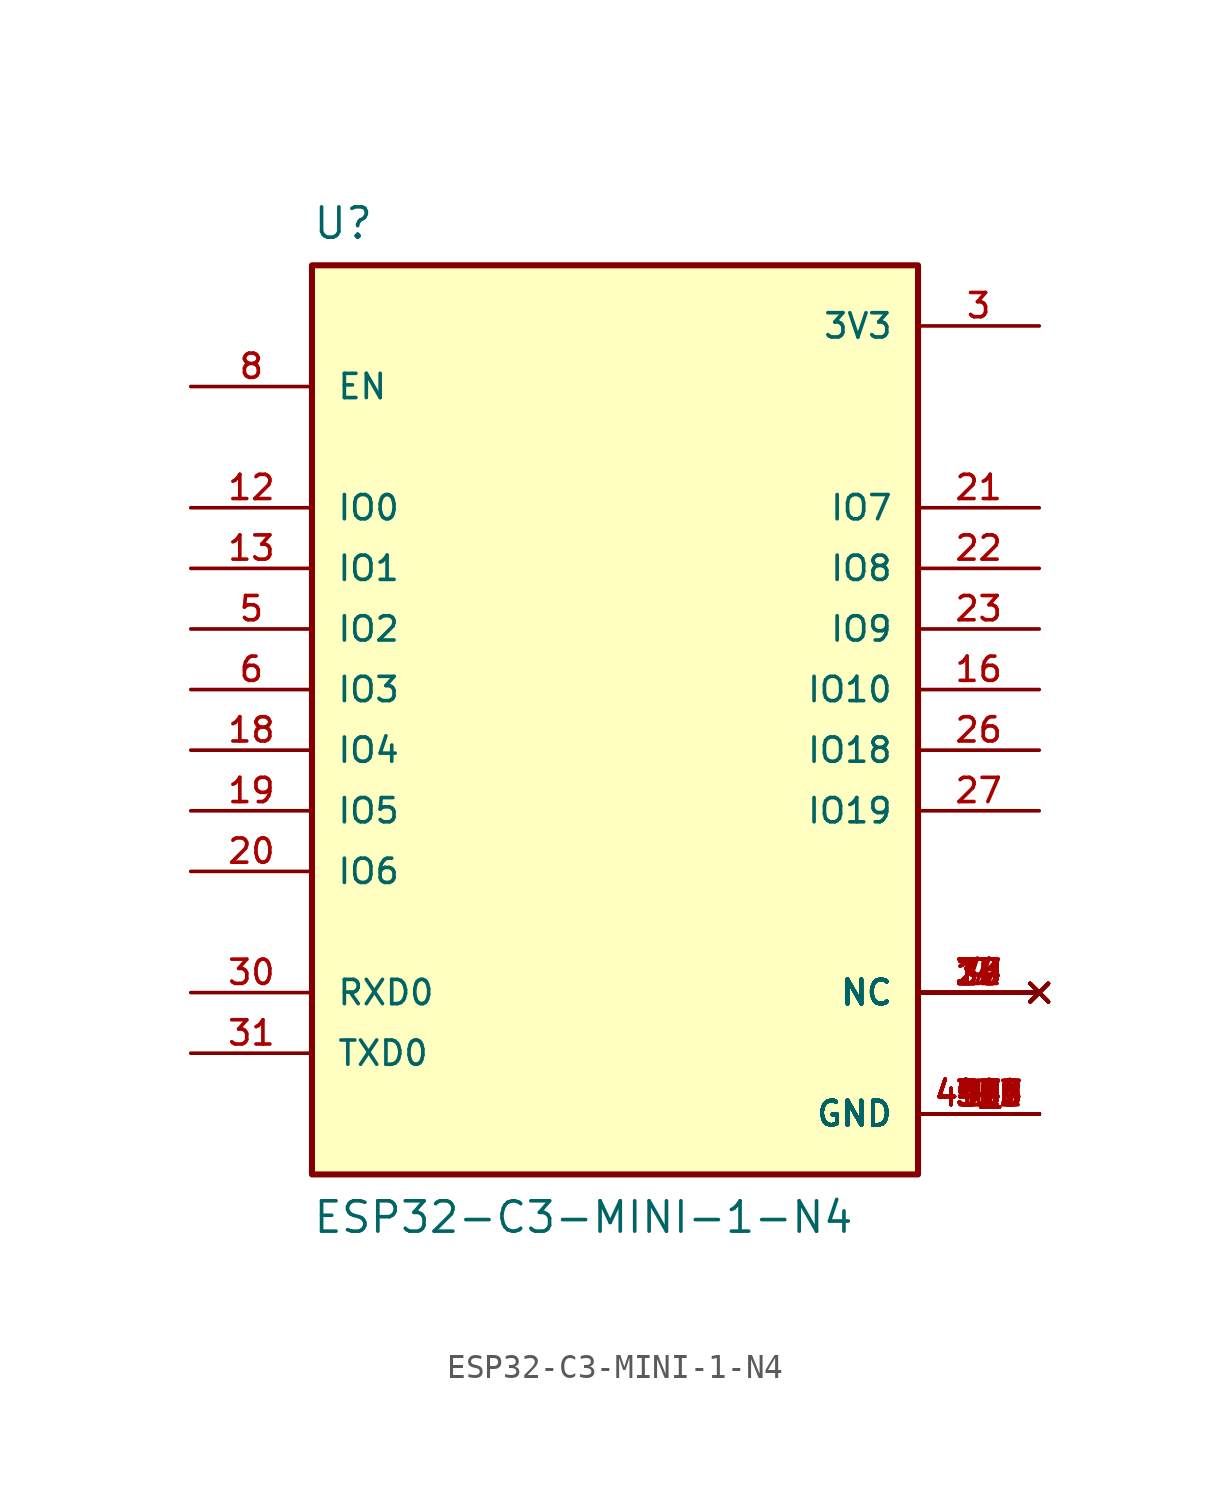
<source format=kicad_sym>
(kicad_symbol_lib
  (version 20211014)
  (generator kicad_symbol_editor)
  (symbol "ESP32-C3-MINI-1-N4"
    (pin_names
      (offset 1.016))
    (property "Reference" "U"
      (at -12.7 18.796 0)
      (effects (font (size 1.27 1.27)) (justify left bottom)))
    (property "Value" "ESP32-C3-MINI-1-N4"
      (at -12.7 -22.86 0)
      (effects (font (size 1.27 1.27)) (justify left bottom)))
    (symbol "ESP32-C3-MINI-1-N4_0_0"
      (rectangle (start -12.7 -20.32) (end 12.7 17.78) (stroke (width 0.254) (type default) (color 0 0 0 0)) (fill (type background)))
      (pin power_in line (at 17.78 -17.78 180) (length 5.08) (name "GND" (effects (font (size 1.016 1.016)))) (number "1" (effects (font (size 1.016 1.016)))))
      (pin no_connect line (at 17.78 -12.7 180) (length 5.08) (name "NC" (effects (font (size 1.016 1.016)))) (number "10" (effects (font (size 1.016 1.016)))))
      (pin power_in line (at 17.78 -17.78 180) (length 5.08) (name "GND" (effects (font (size 1.016 1.016)))) (number "11" (effects (font (size 1.016 1.016)))))
      (pin bidirectional line (at -17.78 7.62 0) (length 5.08) (name "IO0" (effects (font (size 1.016 1.016)))) (number "12" (effects (font (size 1.016 1.016)))))
      (pin bidirectional line (at -17.78 5.08 0) (length 5.08) (name "IO1" (effects (font (size 1.016 1.016)))) (number "13" (effects (font (size 1.016 1.016)))))
      (pin power_in line (at 17.78 -17.78 180) (length 5.08) (name "GND" (effects (font (size 1.016 1.016)))) (number "14" (effects (font (size 1.016 1.016)))))
      (pin no_connect line (at 17.78 -12.7 180) (length 5.08) (name "NC" (effects (font (size 1.016 1.016)))) (number "15" (effects (font (size 1.016 1.016)))))
      (pin bidirectional line (at 17.78 0 180) (length 5.08) (name "IO10" (effects (font (size 1.016 1.016)))) (number "16" (effects (font (size 1.016 1.016)))))
      (pin no_connect line (at 17.78 -12.7 180) (length 5.08) (name "NC" (effects (font (size 1.016 1.016)))) (number "17" (effects (font (size 1.016 1.016)))))
      (pin bidirectional line (at -17.78 -2.54 0) (length 5.08) (name "IO4" (effects (font (size 1.016 1.016)))) (number "18" (effects (font (size 1.016 1.016)))))
      (pin bidirectional line (at -17.78 -5.08 0) (length 5.08) (name "IO5" (effects (font (size 1.016 1.016)))) (number "19" (effects (font (size 1.016 1.016)))))
      (pin power_in line (at 17.78 -17.78 180) (length 5.08) (name "GND" (effects (font (size 1.016 1.016)))) (number "2" (effects (font (size 1.016 1.016)))))
      (pin bidirectional line (at -17.78 -7.62 0) (length 5.08) (name "IO6" (effects (font (size 1.016 1.016)))) (number "20" (effects (font (size 1.016 1.016)))))
      (pin bidirectional line (at 17.78 7.62 180) (length 5.08) (name "IO7" (effects (font (size 1.016 1.016)))) (number "21" (effects (font (size 1.016 1.016)))))
      (pin bidirectional line (at 17.78 5.08 180) (length 5.08) (name "IO8" (effects (font (size 1.016 1.016)))) (number "22" (effects (font (size 1.016 1.016)))))
      (pin bidirectional line (at 17.78 2.54 180) (length 5.08) (name "IO9" (effects (font (size 1.016 1.016)))) (number "23" (effects (font (size 1.016 1.016)))))
      (pin no_connect line (at 17.78 -12.7 180) (length 5.08) (name "NC" (effects (font (size 1.016 1.016)))) (number "24" (effects (font (size 1.016 1.016)))))
      (pin no_connect line (at 17.78 -12.7 180) (length 5.08) (name "NC" (effects (font (size 1.016 1.016)))) (number "25" (effects (font (size 1.016 1.016)))))
      (pin bidirectional line (at 17.78 -2.54 180) (length 5.08) (name "IO18" (effects (font (size 1.016 1.016)))) (number "26" (effects (font (size 1.016 1.016)))))
      (pin bidirectional line (at 17.78 -5.08 180) (length 5.08) (name "IO19" (effects (font (size 1.016 1.016)))) (number "27" (effects (font (size 1.016 1.016)))))
      (pin no_connect line (at 17.78 -12.7 180) (length 5.08) (name "NC" (effects (font (size 1.016 1.016)))) (number "28" (effects (font (size 1.016 1.016)))))
      (pin no_connect line (at 17.78 -12.7 180) (length 5.08) (name "NC" (effects (font (size 1.016 1.016)))) (number "29" (effects (font (size 1.016 1.016)))))
      (pin power_in line (at 17.78 15.24 180) (length 5.08) (name "3V3" (effects (font (size 1.016 1.016)))) (number "3" (effects (font (size 1.016 1.016)))))
      (pin bidirectional line (at -17.78 -12.7 0) (length 5.08) (name "RXD0" (effects (font (size 1.016 1.016)))) (number "30" (effects (font (size 1.016 1.016)))))
      (pin bidirectional line (at -17.78 -15.24 0) (length 5.08) (name "TXD0" (effects (font (size 1.016 1.016)))) (number "31" (effects (font (size 1.016 1.016)))))
      (pin no_connect line (at 17.78 -12.7 180) (length 5.08) (name "NC" (effects (font (size 1.016 1.016)))) (number "32" (effects (font (size 1.016 1.016)))))
      (pin no_connect line (at 17.78 -12.7 180) (length 5.08) (name "NC" (effects (font (size 1.016 1.016)))) (number "33" (effects (font (size 1.016 1.016)))))
      (pin no_connect line (at 17.78 -12.7 180) (length 5.08) (name "NC" (effects (font (size 1.016 1.016)))) (number "34" (effects (font (size 1.016 1.016)))))
      (pin no_connect line (at 17.78 -12.7 180) (length 5.08) (name "NC" (effects (font (size 1.016 1.016)))) (number "35" (effects (font (size 1.016 1.016)))))
      (pin power_in line (at 17.78 -17.78 180) (length 5.08) (name "GND" (effects (font (size 1.016 1.016)))) (number "36" (effects (font (size 1.016 1.016)))))
      (pin power_in line (at 17.78 -17.78 180) (length 5.08) (name "GND" (effects (font (size 1.016 1.016)))) (number "37" (effects (font (size 1.016 1.016)))))
      (pin power_in line (at 17.78 -17.78 180) (length 5.08) (name "GND" (effects (font (size 1.016 1.016)))) (number "38" (effects (font (size 1.016 1.016)))))
      (pin power_in line (at 17.78 -17.78 180) (length 5.08) (name "GND" (effects (font (size 1.016 1.016)))) (number "39" (effects (font (size 1.016 1.016)))))
      (pin no_connect line (at 17.78 -12.7 180) (length 5.08) (name "NC" (effects (font (size 1.016 1.016)))) (number "4" (effects (font (size 1.016 1.016)))))
      (pin power_in line (at 17.78 -17.78 180) (length 5.08) (name "GND" (effects (font (size 1.016 1.016)))) (number "40" (effects (font (size 1.016 1.016)))))
      (pin power_in line (at 17.78 -17.78 180) (length 5.08) (name "GND" (effects (font (size 1.016 1.016)))) (number "41" (effects (font (size 1.016 1.016)))))
      (pin power_in line (at 17.78 -17.78 180) (length 5.08) (name "GND" (effects (font (size 1.016 1.016)))) (number "42" (effects (font (size 1.016 1.016)))))
      (pin power_in line (at 17.78 -17.78 180) (length 5.08) (name "GND" (effects (font (size 1.016 1.016)))) (number "43" (effects (font (size 1.016 1.016)))))
      (pin power_in line (at 17.78 -17.78 180) (length 5.08) (name "GND" (effects (font (size 1.016 1.016)))) (number "44" (effects (font (size 1.016 1.016)))))
      (pin power_in line (at 17.78 -17.78 180) (length 5.08) (name "GND" (effects (font (size 1.016 1.016)))) (number "45" (effects (font (size 1.016 1.016)))))
      (pin power_in line (at 17.78 -17.78 180) (length 5.08) (name "GND" (effects (font (size 1.016 1.016)))) (number "46" (effects (font (size 1.016 1.016)))))
      (pin power_in line (at 17.78 -17.78 180) (length 5.08) (name "GND" (effects (font (size 1.016 1.016)))) (number "47" (effects (font (size 1.016 1.016)))))
      (pin power_in line (at 17.78 -17.78 180) (length 5.08) (name "GND" (effects (font (size 1.016 1.016)))) (number "48" (effects (font (size 1.016 1.016)))))
      (pin power_in line (at 17.78 -17.78 180) (length 5.08) (name "GND" (effects (font (size 1.016 1.016)))) (number "49_1" (effects (font (size 1.016 1.016)))))
      (pin power_in line (at 17.78 -17.78 180) (length 5.08) (name "GND" (effects (font (size 1.016 1.016)))) (number "49_2" (effects (font (size 1.016 1.016)))))
      (pin power_in line (at 17.78 -17.78 180) (length 5.08) (name "GND" (effects (font (size 1.016 1.016)))) (number "49_3" (effects (font (size 1.016 1.016)))))
      (pin power_in line (at 17.78 -17.78 180) (length 5.08) (name "GND" (effects (font (size 1.016 1.016)))) (number "49_4" (effects (font (size 1.016 1.016)))))
      (pin power_in line (at 17.78 -17.78 180) (length 5.08) (name "GND" (effects (font (size 1.016 1.016)))) (number "49_5" (effects (font (size 1.016 1.016)))))
      (pin power_in line (at 17.78 -17.78 180) (length 5.08) (name "GND" (effects (font (size 1.016 1.016)))) (number "49_6" (effects (font (size 1.016 1.016)))))
      (pin power_in line (at 17.78 -17.78 180) (length 5.08) (name "GND" (effects (font (size 1.016 1.016)))) (number "49_7" (effects (font (size 1.016 1.016)))))
      (pin power_in line (at 17.78 -17.78 180) (length 5.08) (name "GND" (effects (font (size 1.016 1.016)))) (number "49_8" (effects (font (size 1.016 1.016)))))
      (pin power_in line (at 17.78 -17.78 180) (length 5.08) (name "GND" (effects (font (size 1.016 1.016)))) (number "49_9" (effects (font (size 1.016 1.016)))))
      (pin bidirectional line (at -17.78 2.54 0) (length 5.08) (name "IO2" (effects (font (size 1.016 1.016)))) (number "5" (effects (font (size 1.016 1.016)))))
      (pin power_in line (at 17.78 -17.78 180) (length 5.08) (name "GND" (effects (font (size 1.016 1.016)))) (number "50" (effects (font (size 1.016 1.016)))))
      (pin power_in line (at 17.78 -17.78 180) (length 5.08) (name "GND" (effects (font (size 1.016 1.016)))) (number "51" (effects (font (size 1.016 1.016)))))
      (pin power_in line (at 17.78 -17.78 180) (length 5.08) (name "GND" (effects (font (size 1.016 1.016)))) (number "52" (effects (font (size 1.016 1.016)))))
      (pin power_in line (at 17.78 -17.78 180) (length 5.08) (name "GND" (effects (font (size 1.016 1.016)))) (number "53" (effects (font (size 1.016 1.016)))))
      (pin bidirectional line (at -17.78 0 0) (length 5.08) (name "IO3" (effects (font (size 1.016 1.016)))) (number "6" (effects (font (size 1.016 1.016)))))
      (pin no_connect line (at 17.78 -12.7 180) (length 5.08) (name "NC" (effects (font (size 1.016 1.016)))) (number "7" (effects (font (size 1.016 1.016)))))
      (pin input line (at -17.78 12.7 0) (length 5.08) (name "EN" (effects (font (size 1.016 1.016)))) (number "8" (effects (font (size 1.016 1.016)))))
      (pin no_connect line (at 17.78 -12.7 180) (length 5.08) (name "NC" (effects (font (size 1.016 1.016)))) (number "9" (effects (font (size 1.016 1.016))))))))
</source>
